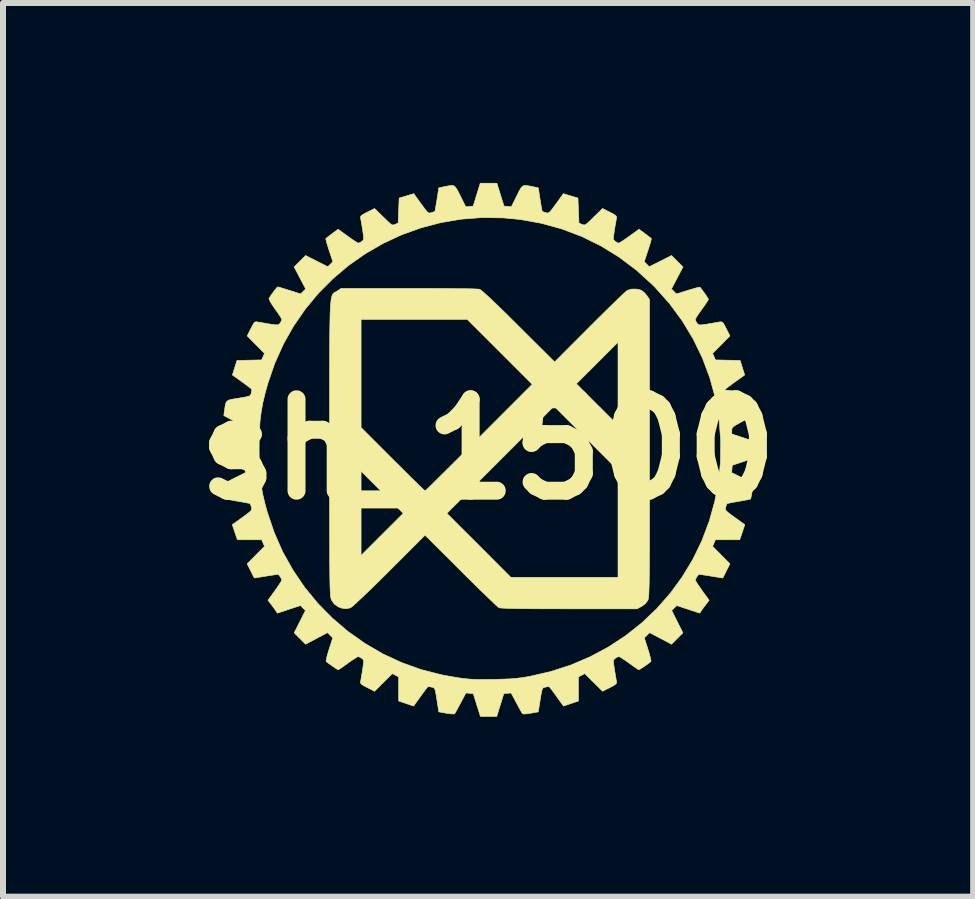
<source format=kicad_pcb>
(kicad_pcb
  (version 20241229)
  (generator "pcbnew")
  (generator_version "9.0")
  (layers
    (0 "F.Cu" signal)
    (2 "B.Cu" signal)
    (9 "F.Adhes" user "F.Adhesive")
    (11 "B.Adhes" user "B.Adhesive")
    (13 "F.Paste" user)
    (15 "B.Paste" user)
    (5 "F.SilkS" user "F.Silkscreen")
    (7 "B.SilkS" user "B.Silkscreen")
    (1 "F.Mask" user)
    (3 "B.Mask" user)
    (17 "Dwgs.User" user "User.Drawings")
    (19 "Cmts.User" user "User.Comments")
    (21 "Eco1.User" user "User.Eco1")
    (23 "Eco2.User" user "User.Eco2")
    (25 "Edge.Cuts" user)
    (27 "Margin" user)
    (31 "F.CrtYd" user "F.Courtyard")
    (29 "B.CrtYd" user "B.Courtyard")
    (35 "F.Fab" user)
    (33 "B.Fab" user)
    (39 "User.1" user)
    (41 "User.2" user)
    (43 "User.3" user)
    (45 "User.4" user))
  (footprint "sh_1500"
    (layer "F.Cu")
    (at 5.087 4.442)
    (property "Reference" "sh_1500" (at 0 0 0) (layer "F.SilkS") (effects (font (size 1.524 1.524) (thickness 0.3))))
    (attr through_hole)
    (fp_poly (pts (xy -1.128 -2.684) (xy -0.944 -2.683) (xy -0.771 -2.682) (xy -0.613 -2.681) (xy -0.473 -2.679) (xy -0.354 -2.678) (xy -0.259 -2.676) (xy -0.19 -2.673) (xy -0.151 -2.671) (xy -0.144 -2.67) (xy -0.12 -2.656) (xy -0.076 -2.62) (xy -0.013 -2.563) (xy 0.072 -2.484) (xy 0.178 -2.382) (xy 0.306 -2.257) (xy 0.457 -2.107) (xy 0.508 -2.056) (xy 1.11 -1.457) (xy 1.694 -2.042) (xy 1.811 -2.159) (xy 1.922 -2.269) (xy 2.025 -2.37) (xy 2.117 -2.46) (xy 2.195 -2.535) (xy 2.257 -2.593) (xy 2.3 -2.633) (xy 2.323 -2.651) (xy 2.323 -2.651) (xy 2.389 -2.671) (xy 2.466 -2.673) (xy 2.539 -2.658) (xy 2.557 -2.65) (xy 2.599 -2.619) (xy 2.64 -2.574) (xy 2.65 -2.561) (xy 2.692 -2.498) (xy 2.692 -0.017) (xy 2.692 0.322) (xy 2.692 0.629) (xy 2.692 0.905) (xy 2.692 1.152) (xy 2.692 1.372) (xy 2.691 1.566) (xy 2.691 1.736) (xy 2.69 1.884) (xy 2.689 2.012) (xy 2.688 2.12) (xy 2.687 2.211) (xy 2.685 2.286) (xy 2.683 2.348) (xy 2.681 2.396) (xy 2.679 2.435) (xy 2.676 2.464) (xy 2.673 2.485) (xy 2.67 2.501) (xy 2.666 2.513) (xy 2.662 2.522) (xy 2.661 2.523) (xy 2.621 2.574) (xy 2.563 2.617) (xy 2.557 2.62) (xy 2.484 2.659) (xy 1.351 2.659) (xy 1.099 2.658) (xy 0.88 2.658) (xy 0.692 2.657) (xy 0.536 2.655) (xy 0.409 2.653) (xy 0.311 2.65) (xy 0.241 2.647) (xy 0.198 2.643) (xy 0.181 2.64) (xy 0.162 2.624) (xy 0.121 2.587) (xy 0.062 2.531) (xy -0.014 2.458) (xy -0.104 2.371) (xy -0.206 2.271) (xy -0.317 2.161) (xy -0.434 2.045) (xy -0.453 2.026) (xy -1.05 1.431) (xy -1.647 2.027) (xy -1.765 2.145) (xy -1.878 2.256) (xy -1.982 2.357) (xy -2.076 2.447) (xy -2.156 2.522) (xy -2.22 2.581) (xy -2.265 2.621) (xy -2.29 2.64) (xy -2.291 2.641) (xy -2.369 2.657) (xy -2.446 2.646) (xy -2.501 2.623) (xy -2.565 2.578) (xy -2.607 2.516) (xy -2.612 2.506) (xy -2.616 2.495) (xy -2.62 2.481) (xy -2.623 2.464) (xy -2.626 2.44) (xy -2.629 2.409) (xy -2.631 2.368) (xy -2.633 2.317) (xy -2.635 2.253) (xy -2.637 2.174) (xy -2.638 2.08) (xy -2.639 1.969) (xy -2.64 1.838) (xy -2.64 1.769) (xy -2.117 1.769) (xy -1.414 1.067) (xy -1.414 1.067) (xy -0.686 1.067) (xy -0.152 1.6) (xy 0.381 2.134) (xy 2.167 2.134) (xy 2.167 0.347) (xy 1.634 -0.186) (xy 1.101 -0.72) (xy 0.207 0.174) (xy -0.686 1.067) (xy -1.414 1.067) (xy -1.765 0.715) (xy -2.117 0.364) (xy -2.117 1.769) (xy -2.64 1.769) (xy -2.64 1.686) (xy -2.641 1.511) (xy -2.641 1.312) (xy -2.641 1.088) (xy -2.642 0.835) (xy -2.642 0.554) (xy -2.642 0.241) (xy -2.642 -0.015) (xy -2.642 -0.359) (xy -2.642 -0.67) (xy -2.642 -0.95) (xy -2.642 -1.202) (xy -2.641 -1.426) (xy -2.641 -1.624) (xy -2.64 -1.799) (xy -2.639 -1.95) (xy -2.637 -2.081) (xy -2.635 -2.167) (xy -2.117 -2.167) (xy -2.117 -0.364) (xy -1.588 0.165) (xy -1.477 0.275) (xy -1.375 0.377) (xy -1.282 0.47) (xy -1.201 0.549) (xy -1.135 0.614) (xy -1.086 0.661) (xy -1.057 0.688) (xy -1.05 0.694) (xy -1.037 0.683) (xy -1.002 0.649) (xy -0.946 0.595) (xy -0.873 0.522) (xy -0.783 0.433) (xy -0.679 0.33) (xy -0.561 0.213) (xy -0.434 0.086) (xy -0.297 -0.05) (xy -0.153 -0.194) (xy -0.152 -0.195) (xy 0.736 -1.084) (xy 0.728 -1.093) (xy 1.473 -1.093) (xy 1.816 -0.749) (xy 1.904 -0.662) (xy 1.984 -0.582) (xy 2.053 -0.514) (xy 2.107 -0.46) (xy 2.145 -0.423) (xy 2.162 -0.407) (xy 2.163 -0.406) (xy 2.164 -0.423) (xy 2.165 -0.469) (xy 2.166 -0.543) (xy 2.166 -0.639) (xy 2.167 -0.756) (xy 2.167 -0.888) (xy 2.167 -1.033) (xy 2.167 -1.096) (xy 2.167 -1.786) (xy 1.473 -1.093) (xy 0.728 -1.093) (xy 0.195 -1.626) (xy -0.347 -2.167) (xy -2.117 -2.167) (xy -2.635 -2.167) (xy -2.635 -2.193) (xy -2.632 -2.287) (xy -2.628 -2.366) (xy -2.623 -2.43) (xy -2.618 -2.481) (xy -2.612 -2.521) (xy -2.604 -2.552) (xy -2.596 -2.575) (xy -2.586 -2.591) (xy -2.575 -2.604) (xy -2.563 -2.613) (xy -2.549 -2.621) (xy -2.534 -2.629) (xy -2.517 -2.639) (xy -2.449 -2.684) (xy -1.322 -2.684) (xy -1.128 -2.684)) (stroke (width 0.01) (type solid)) (fill yes) (layer "F.SilkS"))
    (fp_poly (pts (xy 0.266 -4.056) (xy 0.389 -4.045) (xy 0.478 -4.224) (xy 0.517 -4.303) (xy 0.547 -4.356) (xy 0.575 -4.387) (xy 0.607 -4.4) (xy 0.651 -4.398) (xy 0.711 -4.387) (xy 0.745 -4.38) (xy 0.838 -4.36) (xy 0.868 -4.167) (xy 0.88 -4.09) (xy 0.891 -4.027) (xy 0.9 -3.983) (xy 0.904 -3.967) (xy 0.923 -3.959) (xy 0.96 -3.947) (xy 0.963 -3.946) (xy 0.985 -3.941) (xy 1.005 -3.942) (xy 1.025 -3.955) (xy 1.051 -3.983) (xy 1.087 -4.03) (xy 1.136 -4.097) (xy 1.256 -4.263) (xy 1.377 -4.226) (xy 1.499 -4.19) (xy 1.507 -3.981) (xy 1.516 -3.773) (xy 1.566 -3.751) (xy 1.588 -3.743) (xy 1.608 -3.742) (xy 1.63 -3.751) (xy 1.66 -3.774) (xy 1.704 -3.815) (xy 1.763 -3.873) (xy 1.909 -4.016) (xy 2.03 -3.955) (xy 2.091 -3.923) (xy 2.126 -3.9) (xy 2.142 -3.881) (xy 2.143 -3.86) (xy 2.142 -3.856) (xy 2.136 -3.823) (xy 2.126 -3.767) (xy 2.114 -3.696) (xy 2.108 -3.658) (xy 2.097 -3.583) (xy 2.091 -3.535) (xy 2.092 -3.505) (xy 2.099 -3.487) (xy 2.114 -3.473) (xy 2.121 -3.467) (xy 2.155 -3.446) (xy 2.178 -3.438) (xy 2.198 -3.447) (xy 2.24 -3.473) (xy 2.296 -3.511) (xy 2.357 -3.554) (xy 2.517 -3.67) (xy 2.616 -3.597) (xy 2.665 -3.56) (xy 2.703 -3.531) (xy 2.721 -3.516) (xy 2.722 -3.515) (xy 2.72 -3.497) (xy 2.709 -3.453) (xy 2.69 -3.391) (xy 2.667 -3.318) (xy 2.604 -3.129) (xy 2.646 -3.087) (xy 2.687 -3.045) (xy 2.873 -3.138) (xy 3.059 -3.232) (xy 3.155 -3.136) (xy 3.25 -3.041) (xy 3.154 -2.858) (xy 3.058 -2.675) (xy 3.099 -2.633) (xy 3.141 -2.591) (xy 3.333 -2.652) (xy 3.409 -2.674) (xy 3.471 -2.692) (xy 3.515 -2.702) (xy 3.533 -2.704) (xy 3.555 -2.678) (xy 3.585 -2.637) (xy 3.619 -2.59) (xy 3.649 -2.546) (xy 3.669 -2.513) (xy 3.675 -2.501) (xy 3.665 -2.482) (xy 3.639 -2.442) (xy 3.602 -2.387) (xy 3.564 -2.336) (xy 3.52 -2.273) (xy 3.484 -2.219) (xy 3.461 -2.18) (xy 3.455 -2.164) (xy 3.465 -2.135) (xy 3.484 -2.104) (xy 3.495 -2.091) (xy 3.506 -2.082) (xy 3.521 -2.076) (xy 3.547 -2.075) (xy 3.587 -2.079) (xy 3.645 -2.087) (xy 3.727 -2.101) (xy 3.836 -2.12) (xy 3.865 -2.125) (xy 3.89 -2.126) (xy 3.909 -2.118) (xy 3.929 -2.093) (xy 3.955 -2.046) (xy 3.972 -2.012) (xy 4.033 -1.892) (xy 3.889 -1.746) (xy 3.744 -1.6) (xy 3.768 -1.546) (xy 3.791 -1.491) (xy 4.203 -1.482) (xy 4.279 -1.24) (xy 4.121 -1.127) (xy 4.058 -1.081) (xy 4.005 -1.042) (xy 3.97 -1.014) (xy 3.957 -1.002) (xy 3.956 -0.979) (xy 3.964 -0.94) (xy 3.965 -0.938) (xy 3.972 -0.915) (xy 3.983 -0.899) (xy 4.003 -0.888) (xy 4.039 -0.877) (xy 4.097 -0.866) (xy 4.177 -0.853) (xy 4.263 -0.839) (xy 4.323 -0.827) (xy 4.361 -0.81) (xy 4.383 -0.785) (xy 4.396 -0.746) (xy 4.405 -0.687) (xy 4.411 -0.646) (xy 4.422 -0.563) (xy 4.243 -0.467) (xy 4.167 -0.426) (xy 4.117 -0.396) (xy 4.086 -0.374) (xy 4.07 -0.354) (xy 4.065 -0.334) (xy 4.064 -0.313) (xy 4.064 -0.256) (xy 4.259 -0.192) (xy 4.455 -0.128) (xy 4.45 0.007) (xy 4.445 0.141) (xy 4.259 0.203) (xy 4.072 0.265) (xy 4.062 0.388) (xy 4.237 0.475) (xy 4.306 0.51) (xy 4.363 0.54) (xy 4.402 0.56) (xy 4.417 0.568) (xy 4.417 0.586) (xy 4.413 0.627) (xy 4.406 0.681) (xy 4.397 0.738) (xy 4.387 0.788) (xy 4.38 0.821) (xy 4.377 0.827) (xy 4.358 0.833) (xy 4.313 0.843) (xy 4.248 0.855) (xy 4.179 0.867) (xy 4.103 0.88) (xy 4.041 0.892) (xy 3.998 0.901) (xy 3.983 0.905) (xy 3.976 0.923) (xy 3.964 0.96) (xy 3.963 0.963) (xy 3.958 0.985) (xy 3.959 1.004) (xy 3.972 1.025) (xy 4 1.051) (xy 4.047 1.087) (xy 4.114 1.136) (xy 4.281 1.256) (xy 4.239 1.382) (xy 4.196 1.507) (xy 3.791 1.507) (xy 3.768 1.562) (xy 3.744 1.617) (xy 3.889 1.763) (xy 4.033 1.909) (xy 3.973 2.027) (xy 3.914 2.145) (xy 3.714 2.113) (xy 3.515 2.082) (xy 3.485 2.12) (xy 3.463 2.155) (xy 3.455 2.178) (xy 3.464 2.198) (xy 3.49 2.24) (xy 3.528 2.296) (xy 3.57 2.356) (xy 3.686 2.516) (xy 3.634 2.584) (xy 3.597 2.633) (xy 3.565 2.677) (xy 3.555 2.692) (xy 3.529 2.731) (xy 3.337 2.667) (xy 3.146 2.604) (xy 3.104 2.646) (xy 3.062 2.687) (xy 3.155 2.873) (xy 3.249 3.059) (xy 3.059 3.249) (xy 2.694 3.056) (xy 2.606 3.144) (xy 2.667 3.335) (xy 2.69 3.41) (xy 2.707 3.474) (xy 2.716 3.519) (xy 2.715 3.538) (xy 2.683 3.563) (xy 2.639 3.595) (xy 2.591 3.628) (xy 2.549 3.656) (xy 2.521 3.672) (xy 2.515 3.675) (xy 2.497 3.665) (xy 2.458 3.639) (xy 2.404 3.602) (xy 2.352 3.564) (xy 2.29 3.52) (xy 2.236 3.484) (xy 2.197 3.461) (xy 2.181 3.455) (xy 2.152 3.465) (xy 2.121 3.484) (xy 2.104 3.499) (xy 2.094 3.515) (xy 2.091 3.54) (xy 2.095 3.581) (xy 2.104 3.645) (xy 2.109 3.675) (xy 2.121 3.749) (xy 2.132 3.814) (xy 2.14 3.86) (xy 2.143 3.873) (xy 2.143 3.894) (xy 2.13 3.913) (xy 2.098 3.936) (xy 2.042 3.966) (xy 2.03 3.972) (xy 1.909 4.033) (xy 1.761 3.886) (xy 1.613 3.739) (xy 1.507 3.794) (xy 1.507 4.196) (xy 1.382 4.238) (xy 1.258 4.28) (xy 1.144 4.122) (xy 1.098 4.058) (xy 1.059 4.006) (xy 1.031 3.97) (xy 1.019 3.957) (xy 0.996 3.956) (xy 0.957 3.964) (xy 0.954 3.965) (xy 0.935 3.97) (xy 0.921 3.976) (xy 0.909 3.988) (xy 0.9 4.01) (xy 0.891 4.047) (xy 0.881 4.103) (xy 0.868 4.184) (xy 0.851 4.293) (xy 0.837 4.377) (xy 0.713 4.399) (xy 0.651 4.409) (xy 0.602 4.412) (xy 0.576 4.409) (xy 0.575 4.408) (xy 0.562 4.388) (xy 0.537 4.345) (xy 0.504 4.285) (xy 0.474 4.228) (xy 0.385 4.062) (xy 0.324 4.067) (xy 0.263 4.072) (xy 0.204 4.263) (xy 0.145 4.453) (xy 0.009 4.453) (xy -0.127 4.453) (xy -0.187 4.263) (xy -0.246 4.072) (xy -0.307 4.067) (xy -0.369 4.062) (xy -0.457 4.228) (xy -0.494 4.296) (xy -0.525 4.354) (xy -0.548 4.393) (xy -0.558 4.408) (xy -0.58 4.412) (xy -0.626 4.409) (xy -0.686 4.401) (xy -0.696 4.399) (xy -0.821 4.377) (xy -0.834 4.293) (xy -0.851 4.183) (xy -0.864 4.103) (xy -0.874 4.046) (xy -0.883 4.009) (xy -0.893 3.987) (xy -0.904 3.976) (xy -0.918 3.97) (xy -0.937 3.965) (xy -0.977 3.957) (xy -1.001 3.956) (xy -1.002 3.957) (xy -1.016 3.972) (xy -1.045 4.009) (xy -1.085 4.063) (xy -1.127 4.122) (xy -1.241 4.28) (xy -1.365 4.238) (xy -1.49 4.196) (xy -1.49 3.794) (xy -1.543 3.766) (xy -1.596 3.739) (xy -1.744 3.886) (xy -1.892 4.033) (xy -2.013 3.972) (xy -2.074 3.94) (xy -2.109 3.917) (xy -2.125 3.897) (xy -2.126 3.877) (xy -2.126 3.873) (xy -2.119 3.84) (xy -2.11 3.784) (xy -2.098 3.713) (xy -2.092 3.675) (xy -2.081 3.6) (xy -2.075 3.552) (xy -2.076 3.522) (xy -2.083 3.504) (xy -2.098 3.49) (xy -2.104 3.484) (xy -2.14 3.463) (xy -2.164 3.455) (xy -2.186 3.464) (xy -2.228 3.49) (xy -2.284 3.528) (xy -2.336 3.564) (xy -2.397 3.609) (xy -2.449 3.645) (xy -2.485 3.668) (xy -2.498 3.675) (xy -2.516 3.666) (xy -2.552 3.642) (xy -2.598 3.611) (xy -2.645 3.578) (xy -2.684 3.549) (xy -2.698 3.538) (xy -2.699 3.518) (xy -2.69 3.473) (xy -2.673 3.409) (xy -2.651 3.335) (xy -2.589 3.144) (xy -2.677 3.056) (xy -3.042 3.249) (xy -3.232 3.059) (xy -3.138 2.873) (xy -3.045 2.687) (xy -3.087 2.646) (xy -3.129 2.604) (xy -3.32 2.667) (xy -3.512 2.731) (xy -3.538 2.692) (xy -3.564 2.655) (xy -3.6 2.606) (xy -3.617 2.584) (xy -3.669 2.516) (xy -3.553 2.356) (xy -3.508 2.292) (xy -3.471 2.236) (xy -3.446 2.196) (xy -3.438 2.178) (xy -3.448 2.152) (xy -3.468 2.12) (xy -3.498 2.082) (xy -3.697 2.113) (xy -3.897 2.145) (xy -3.957 2.027) (xy -4.016 1.909) (xy -3.872 1.763) (xy -3.727 1.617) (xy -3.751 1.562) (xy -3.774 1.507) (xy -4.179 1.507) (xy -4.222 1.382) (xy -4.264 1.256) (xy -4.097 1.136) (xy -4.028 1.085) (xy -3.981 1.049) (xy -3.954 1.024) (xy -3.942 1.004) (xy -3.941 0.984) (xy -3.946 0.963) (xy -3.958 0.925) (xy -3.966 0.905) (xy -3.967 0.905) (xy -3.984 0.9) (xy -4.029 0.891) (xy -4.093 0.879) (xy -4.162 0.867) (xy -4.238 0.854) (xy -4.301 0.842) (xy -4.344 0.832) (xy -4.36 0.827) (xy -4.366 0.808) (xy -4.375 0.766) (xy -4.384 0.712) (xy -4.393 0.655) (xy -4.399 0.605) (xy -4.401 0.574) (xy -4.4 0.568) (xy -4.383 0.559) (xy -4.343 0.538) (xy -4.284 0.508) (xy -4.22 0.475) (xy -4.045 0.388) (xy -4.056 0.265) (xy -4.242 0.203) (xy -4.428 0.141) (xy -4.433 0.007) (xy -4.433 0) (xy -3.817 0) (xy -3.815 0.185) (xy -3.809 0.344) (xy -3.798 0.486) (xy -3.78 0.619) (xy -3.756 0.751) (xy -3.723 0.891) (xy -3.681 1.046) (xy -3.68 1.048) (xy -3.566 1.385) (xy -3.424 1.708) (xy -3.253 2.013) (xy -3.058 2.3) (xy -2.838 2.568) (xy -2.596 2.814) (xy -2.334 3.037) (xy -2.052 3.236) (xy -1.754 3.41) (xy -1.439 3.556) (xy -1.111 3.673) (xy -0.771 3.76) (xy -0.601 3.791) (xy -0.499 3.808) (xy -0.414 3.82) (xy -0.338 3.828) (xy -0.266 3.834) (xy -0.188 3.837) (xy -0.097 3.837) (xy 0.014 3.836) (xy 0.119 3.835) (xy 0.259 3.831) (xy 0.376 3.826) (xy 0.478 3.817) (xy 0.577 3.805) (xy 0.682 3.787) (xy 0.686 3.787) (xy 1.04 3.706) (xy 1.379 3.597) (xy 1.702 3.459) (xy 2.009 3.294) (xy 2.297 3.105) (xy 2.565 2.892) (xy 2.813 2.656) (xy 3.038 2.4) (xy 3.239 2.125) (xy 3.416 1.832) (xy 3.566 1.522) (xy 3.688 1.198) (xy 3.782 0.86) (xy 3.846 0.511) (xy 3.875 0.214) (xy 3.879 -0.148) (xy 3.851 -0.503) (xy 3.791 -0.852) (xy 3.698 -1.192) (xy 3.575 -1.522) (xy 3.421 -1.839) (xy 3.238 -2.143) (xy 3.026 -2.431) (xy 2.785 -2.701) (xy 2.743 -2.743) (xy 2.474 -2.988) (xy 2.187 -3.204) (xy 1.884 -3.391) (xy 1.566 -3.548) (xy 1.234 -3.674) (xy 0.89 -3.769) (xy 0.536 -3.833) (xy 0.261 -3.859) (xy -0.096 -3.865) (xy -0.446 -3.838) (xy -0.789 -3.78) (xy -1.122 -3.692) (xy -1.444 -3.576) (xy -1.753 -3.432) (xy -2.048 -3.261) (xy -2.326 -3.066) (xy -2.586 -2.846) (xy -2.827 -2.604) (xy -3.046 -2.34) (xy -3.242 -2.056) (xy -3.413 -1.753) (xy -3.557 -1.432) (xy -3.673 -1.094) (xy -3.674 -1.092) (xy -3.719 -0.927) (xy -3.755 -0.776) (xy -3.781 -0.631) (xy -3.8 -0.484) (xy -3.811 -0.327) (xy -3.816 -0.15) (xy -3.817 0) (xy -4.433 0) (xy -4.438 -0.128) (xy -4.242 -0.192) (xy -4.047 -0.256) (xy -4.047 -0.313) (xy -4.048 -0.338) (xy -4.056 -0.359) (xy -4.074 -0.378) (xy -4.109 -0.402) (xy -4.164 -0.433) (xy -4.226 -0.467) (xy -4.405 -0.563) (xy -4.394 -0.646) (xy -4.384 -0.718) (xy -4.374 -0.767) (xy -4.357 -0.799) (xy -4.328 -0.819) (xy -4.281 -0.833) (xy -4.209 -0.845) (xy -4.16 -0.853) (xy -4.076 -0.867) (xy -4.02 -0.878) (xy -3.984 -0.888) (xy -3.965 -0.9) (xy -3.954 -0.917) (xy -3.948 -0.938) (xy -3.94 -0.978) (xy -3.939 -1.002) (xy -3.94 -1.002) (xy -3.955 -1.016) (xy -3.993 -1.045) (xy -4.046 -1.085) (xy -4.104 -1.127) (xy -4.262 -1.24) (xy -4.186 -1.482) (xy -3.774 -1.491) (xy -3.751 -1.546) (xy -3.727 -1.6) (xy -3.872 -1.746) (xy -4.016 -1.892) (xy -3.955 -2.012) (xy -3.924 -2.072) (xy -3.902 -2.108) (xy -3.883 -2.124) (xy -3.861 -2.127) (xy -3.848 -2.125) (xy -3.732 -2.105) (xy -3.644 -2.09) (xy -3.581 -2.081) (xy -3.537 -2.076) (xy -3.509 -2.076) (xy -3.492 -2.08) (xy -3.48 -2.089) (xy -3.47 -2.101) (xy -3.467 -2.104) (xy -3.446 -2.139) (xy -3.438 -2.164) (xy -3.447 -2.186) (xy -3.473 -2.228) (xy -3.511 -2.284) (xy -3.549 -2.338) (xy -3.596 -2.405) (xy -3.63 -2.461) (xy -3.649 -2.5) (xy -3.652 -2.514) (xy -3.637 -2.541) (xy -3.61 -2.581) (xy -3.577 -2.626) (xy -3.544 -2.669) (xy -3.518 -2.699) (xy -3.506 -2.709) (xy -3.487 -2.704) (xy -3.443 -2.691) (xy -3.38 -2.672) (xy -3.31 -2.65) (xy -3.124 -2.592) (xy -3.041 -2.675) (xy -3.137 -2.858) (xy -3.233 -3.041) (xy -3.138 -3.136) (xy -3.042 -3.232) (xy -2.856 -3.138) (xy -2.671 -3.045) (xy -2.629 -3.087) (xy -2.587 -3.129) (xy -2.65 -3.318) (xy -2.674 -3.393) (xy -2.692 -3.455) (xy -2.703 -3.498) (xy -2.705 -3.515) (xy -2.689 -3.528) (xy -2.652 -3.556) (xy -2.604 -3.593) (xy -2.599 -3.597) (xy -2.5 -3.67) (xy -2.34 -3.554) (xy -2.275 -3.508) (xy -2.22 -3.471) (xy -2.18 -3.446) (xy -2.161 -3.438) (xy -2.135 -3.448) (xy -2.104 -3.467) (xy -2.087 -3.482) (xy -2.077 -3.498) (xy -2.074 -3.522) (xy -2.077 -3.563) (xy -2.087 -3.627) (xy -2.091 -3.658) (xy -2.103 -3.732) (xy -2.114 -3.797) (xy -2.123 -3.843) (xy -2.125 -3.856) (xy -2.126 -3.877) (xy -2.113 -3.896) (xy -2.082 -3.919) (xy -2.026 -3.949) (xy -2.013 -3.955) (xy -1.892 -4.016) (xy -1.746 -3.873) (xy -1.684 -3.813) (xy -1.641 -3.773) (xy -1.612 -3.75) (xy -1.59 -3.741) (xy -1.571 -3.743) (xy -1.549 -3.751) (xy -1.499 -3.773) (xy -1.49 -3.981) (xy -1.482 -4.19) (xy -1.36 -4.226) (xy -1.239 -4.263) (xy -1.119 -4.097) (xy -1.068 -4.028) (xy -1.032 -3.981) (xy -1.007 -3.954) (xy -0.987 -3.942) (xy -0.967 -3.941) (xy -0.946 -3.946) (xy -0.908 -3.958) (xy -0.887 -3.967) (xy -0.887 -3.967) (xy -0.882 -3.985) (xy -0.874 -4.03) (xy -0.863 -4.095) (xy -0.851 -4.167) (xy -0.821 -4.36) (xy -0.728 -4.38) (xy -0.657 -4.394) (xy -0.607 -4.401) (xy -0.571 -4.394) (xy -0.542 -4.371) (xy -0.514 -4.328) (xy -0.479 -4.261) (xy -0.461 -4.224) (xy -0.372 -4.045) (xy -0.247 -4.056) (xy -0.189 -4.246) (xy -0.13 -4.437) (xy 0.147 -4.437) (xy 0.266 -4.056)) (stroke (width 0.01) (type solid)) (fill yes) (layer "F.SilkS")))
  (gr_rect
    (start -3 -3)
    (end 13.175 11.9)
    (stroke (width 0.1) (type default))
    (fill no)
    (layer "Edge.Cuts")))
</source>
